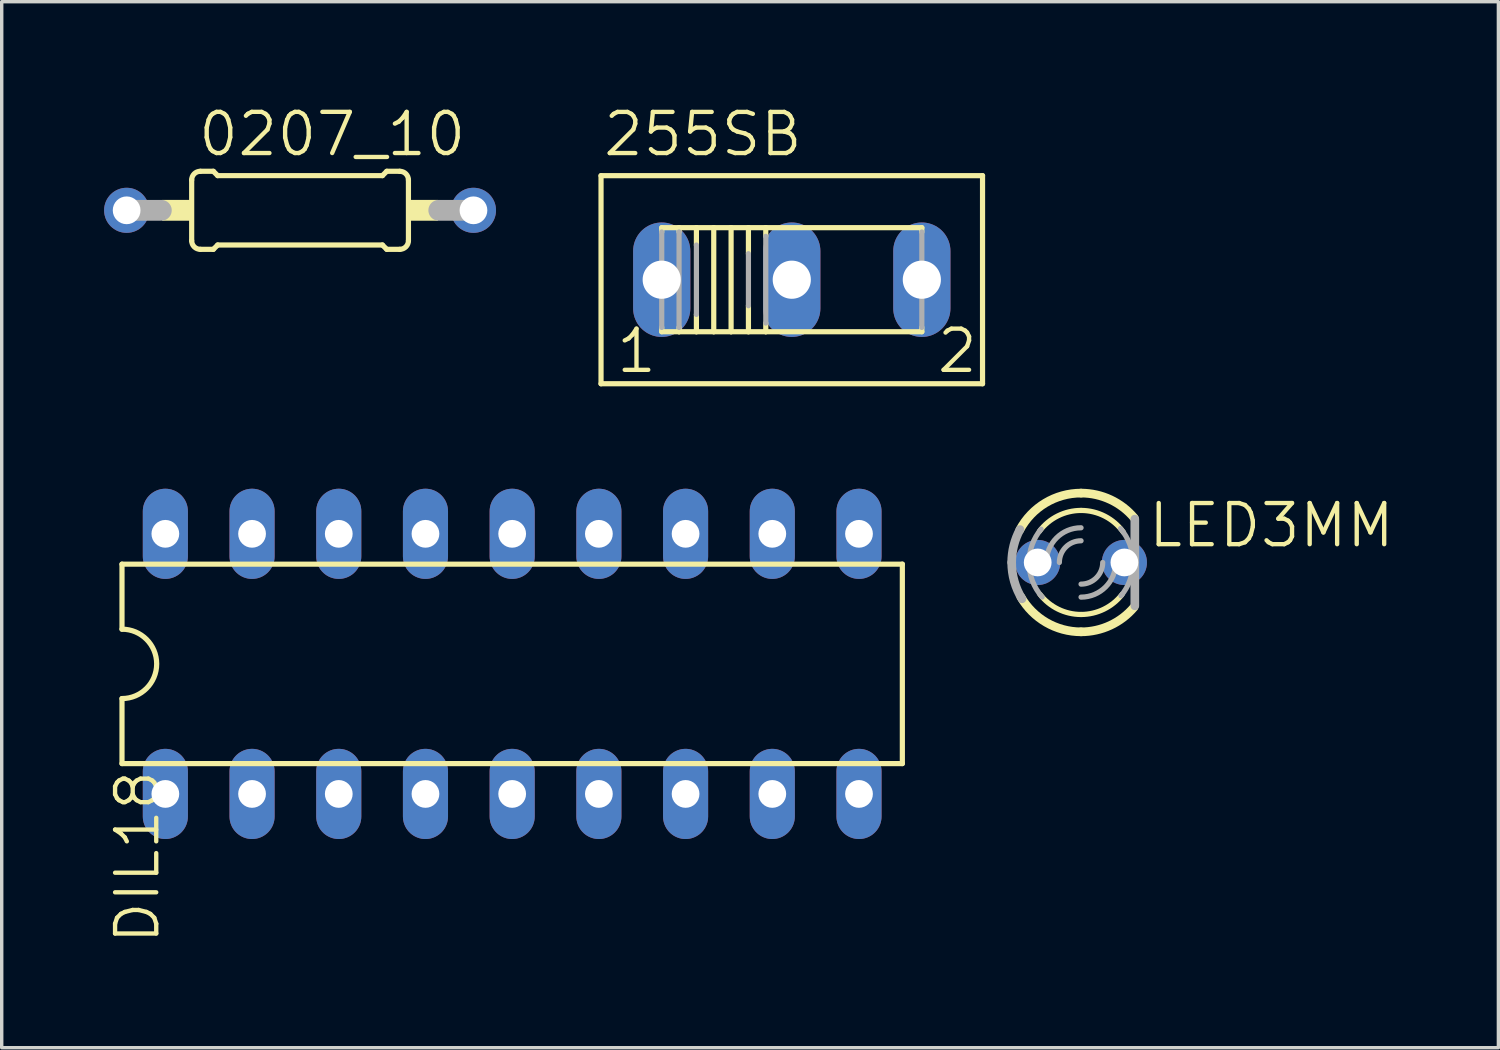
<source format=kicad_pcb>
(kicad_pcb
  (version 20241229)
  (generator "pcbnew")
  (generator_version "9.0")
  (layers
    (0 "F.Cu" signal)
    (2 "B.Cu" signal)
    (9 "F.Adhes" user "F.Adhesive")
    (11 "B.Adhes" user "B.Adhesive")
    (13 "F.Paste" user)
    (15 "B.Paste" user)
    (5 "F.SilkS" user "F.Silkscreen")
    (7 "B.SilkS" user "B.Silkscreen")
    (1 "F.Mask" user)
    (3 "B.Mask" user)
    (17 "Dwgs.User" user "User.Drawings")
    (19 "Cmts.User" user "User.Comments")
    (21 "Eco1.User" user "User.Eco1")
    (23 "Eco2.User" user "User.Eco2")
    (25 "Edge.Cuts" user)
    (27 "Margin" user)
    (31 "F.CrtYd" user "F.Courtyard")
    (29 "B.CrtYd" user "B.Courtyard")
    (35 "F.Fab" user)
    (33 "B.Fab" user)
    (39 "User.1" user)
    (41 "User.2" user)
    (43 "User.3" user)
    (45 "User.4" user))
  (footprint "DIL18"
    (layer "F.Cu")
    (at 11.954 16.398)
    (property "Reference" "DIL18" (at -11.684 3.048 90) (layer "F.SilkS") (effects (font (size 1.206 1.206) (thickness 0.127)) (justify right top)))
    (attr through_hole)
    (fp_line (start -11.43 -2.921) (end -11.43 -1.016) (stroke (width 0.152) (type solid)) (layer "F.SilkS"))
    (fp_line (start -11.43 2.921) (end -11.43 1.016) (stroke (width 0.152) (type solid)) (layer "F.SilkS"))
    (fp_line (start -11.43 2.921) (end 11.43 2.921) (stroke (width 0.152) (type solid)) (layer "F.SilkS"))
    (fp_line (start 11.43 -2.921) (end -11.43 -2.921) (stroke (width 0.152) (type solid)) (layer "F.SilkS"))
    (fp_line (start 11.43 -2.921) (end 11.43 2.921) (stroke (width 0.152) (type solid)) (layer "F.SilkS"))
    (fp_arc (start -11.43 -1.016) (mid -10.414 0) (end -11.43 1.016) (stroke (width 0.1524) (type solid)) (layer "F.SilkS"))
    (pad "1" thru_hole oval (at -10.16 3.81 90) (size 2.642 1.321) (drill 0.813) (layers "*.Cu" "*.Mask"))
    (pad "2" thru_hole oval (at -7.62 3.81 90) (size 2.642 1.321) (drill 0.813) (layers "*.Cu" "*.Mask"))
    (pad "3" thru_hole oval (at -5.08 3.81 90) (size 2.642 1.321) (drill 0.813) (layers "*.Cu" "*.Mask"))
    (pad "4" thru_hole oval (at -2.54 3.81 90) (size 2.642 1.321) (drill 0.813) (layers "*.Cu" "*.Mask"))
    (pad "5" thru_hole oval (at 0 3.81 90) (size 2.642 1.321) (drill 0.813) (layers "*.Cu" "*.Mask"))
    (pad "6" thru_hole oval (at 2.54 3.81 90) (size 2.642 1.321) (drill 0.813) (layers "*.Cu" "*.Mask"))
    (pad "7" thru_hole oval (at 5.08 3.81 90) (size 2.642 1.321) (drill 0.813) (layers "*.Cu" "*.Mask"))
    (pad "8" thru_hole oval (at 7.62 3.81 90) (size 2.642 1.321) (drill 0.813) (layers "*.Cu" "*.Mask"))
    (pad "9" thru_hole oval (at 10.16 3.81 90) (size 2.642 1.321) (drill 0.813) (layers "*.Cu" "*.Mask"))
    (pad "10" thru_hole oval (at 10.16 -3.81 90) (size 2.642 1.321) (drill 0.813) (layers "*.Cu" "*.Mask"))
    (pad "11" thru_hole oval (at 7.62 -3.81 90) (size 2.642 1.321) (drill 0.813) (layers "*.Cu" "*.Mask"))
    (pad "12" thru_hole oval (at 5.08 -3.81 90) (size 2.642 1.321) (drill 0.813) (layers "*.Cu" "*.Mask"))
    (pad "13" thru_hole oval (at 2.54 -3.81 90) (size 2.642 1.321) (drill 0.813) (layers "*.Cu" "*.Mask"))
    (pad "14" thru_hole oval (at 0 -3.81 90) (size 2.642 1.321) (drill 0.813) (layers "*.Cu" "*.Mask"))
    (pad "15" thru_hole oval (at -2.54 -3.81 90) (size 2.642 1.321) (drill 0.813) (layers "*.Cu" "*.Mask"))
    (pad "16" thru_hole oval (at -5.08 -3.81 90) (size 2.642 1.321) (drill 0.813) (layers "*.Cu" "*.Mask"))
    (pad "17" thru_hole oval (at -7.62 -3.81 90) (size 2.642 1.321) (drill 0.813) (layers "*.Cu" "*.Mask"))
    (pad "18" thru_hole oval (at -10.16 -3.81 90) (size 2.642 1.321) (drill 0.813) (layers "*.Cu" "*.Mask")))
  (footprint "0207_10"
    (layer "F.Cu")
    (at 5.74 3.111)
    (property "Reference" "0207_10" (at -3.048 -1.524 0) (layer "F.SilkS") (effects (font (size 1.206 1.206) (thickness 0.127)) (justify left bottom)))
    (attr through_hole)
    (fp_line (start -3.175 0.889) (end -3.175 -0.889) (stroke (width 0.152) (type solid)) (layer "F.SilkS"))
    (fp_line (start -2.921 -1.143) (end -2.54 -1.143) (stroke (width 0.152) (type solid)) (layer "F.SilkS"))
    (fp_line (start -2.921 1.143) (end -2.54 1.143) (stroke (width 0.152) (type solid)) (layer "F.SilkS"))
    (fp_line (start -2.413 -1.016) (end -2.54 -1.143) (stroke (width 0.152) (type solid)) (layer "F.SilkS"))
    (fp_line (start -2.413 1.016) (end -2.54 1.143) (stroke (width 0.152) (type solid)) (layer "F.SilkS"))
    (fp_line (start 2.413 -1.016) (end -2.413 -1.016) (stroke (width 0.152) (type solid)) (layer "F.SilkS"))
    (fp_line (start 2.413 -1.016) (end 2.54 -1.143) (stroke (width 0.152) (type solid)) (layer "F.SilkS"))
    (fp_line (start 2.413 1.016) (end -2.413 1.016) (stroke (width 0.152) (type solid)) (layer "F.SilkS"))
    (fp_line (start 2.413 1.016) (end 2.54 1.143) (stroke (width 0.152) (type solid)) (layer "F.SilkS"))
    (fp_line (start 2.921 -1.143) (end 2.54 -1.143) (stroke (width 0.152) (type solid)) (layer "F.SilkS"))
    (fp_line (start 2.921 1.143) (end 2.54 1.143) (stroke (width 0.152) (type solid)) (layer "F.SilkS"))
    (fp_line (start 3.175 0.889) (end 3.175 -0.889) (stroke (width 0.152) (type solid)) (layer "F.SilkS"))
    (fp_arc (start -3.175 -0.889) (mid -3.100605 -1.068605) (end -2.921 -1.143) (stroke (width 0.1524) (type solid)) (layer "F.SilkS"))
    (fp_arc (start -2.921 1.143) (mid -3.100605 1.068605) (end -3.175 0.889) (stroke (width 0.1524) (type solid)) (layer "F.SilkS"))
    (fp_arc (start 2.921 -1.143) (mid 3.100605 -1.068605) (end 3.175 -0.889) (stroke (width 0.1524) (type solid)) (layer "F.SilkS"))
    (fp_arc (start 3.175 0.889) (mid 3.100605 1.068605) (end 2.921 1.143) (stroke (width 0.1524) (type solid)) (layer "F.SilkS"))
    (fp_poly (pts (xy -4.039 0.305) (xy -3.175 0.305) (xy -3.175 -0.305) (xy -4.039 -0.305)) (stroke (width 0) (type solid)) (fill yes) (layer "F.SilkS"))
    (fp_poly (pts (xy 3.175 0.305) (xy 4.039 0.305) (xy 4.039 -0.305) (xy 3.175 -0.305)) (stroke (width 0) (type solid)) (fill yes) (layer "F.SilkS"))
    (fp_line (start -5.08 0) (end -4.064 0) (stroke (width 0.61) (type solid)) (layer "F.Fab"))
    (fp_line (start 5.08 0) (end 4.064 0) (stroke (width 0.61) (type solid)) (layer "F.Fab"))
    (pad "1" thru_hole circle (at -5.08 0) (size 1.321 1.321) (drill 0.813) (layers "*.Cu" "*.Mask"))
    (pad "2" thru_hole circle (at 5.08 0) (size 1.321 1.321) (drill 0.813) (layers "*.Cu" "*.Mask")))
  (footprint "255SB"
    (layer "F.Cu")
    (at 20.145 5.144)
    (property "Reference" "255SB" (at -5.588 -3.556 0) (layer "F.SilkS") (effects (font (size 1.206 1.206) (thickness 0.127)) (justify left bottom)))
    (attr through_hole)
    (fp_line (start -5.588 -3.048) (end -5.588 3.048) (stroke (width 0.152) (type solid)) (layer "F.SilkS"))
    (fp_line (start -5.588 -3.048) (end 5.588 -3.048) (stroke (width 0.152) (type solid)) (layer "F.SilkS"))
    (fp_line (start -3.81 -1.524) (end -3.81 -1.397) (stroke (width 0.152) (type solid)) (layer "F.SilkS"))
    (fp_line (start -3.81 -1.524) (end -3.302 -1.524) (stroke (width 0.152) (type solid)) (layer "F.SilkS"))
    (fp_line (start -3.81 1.397) (end -3.81 1.524) (stroke (width 0.152) (type solid)) (layer "F.SilkS"))
    (fp_line (start -3.302 -1.524) (end -3.302 -1.397) (stroke (width 0.152) (type solid)) (layer "F.SilkS"))
    (fp_line (start -3.302 -1.524) (end -2.794 -1.524) (stroke (width 0.152) (type solid)) (layer "F.SilkS"))
    (fp_line (start -3.302 1.397) (end -3.302 1.524) (stroke (width 0.152) (type solid)) (layer "F.SilkS"))
    (fp_line (start -3.302 1.524) (end -3.81 1.524) (stroke (width 0.152) (type solid)) (layer "F.SilkS"))
    (fp_line (start -2.794 -1.524) (end -2.794 -1.016) (stroke (width 0.152) (type solid)) (layer "F.SilkS"))
    (fp_line (start -2.794 -1.524) (end -2.286 -1.524) (stroke (width 0.152) (type solid)) (layer "F.SilkS"))
    (fp_line (start -2.794 1.016) (end -2.794 1.524) (stroke (width 0.152) (type solid)) (layer "F.SilkS"))
    (fp_line (start -2.794 1.524) (end -3.302 1.524) (stroke (width 0.152) (type solid)) (layer "F.SilkS"))
    (fp_line (start -2.286 -1.524) (end -2.286 1.524) (stroke (width 0.152) (type solid)) (layer "F.SilkS"))
    (fp_line (start -2.286 -1.524) (end -1.778 -1.524) (stroke (width 0.152) (type solid)) (layer "F.SilkS"))
    (fp_line (start -2.286 1.524) (end -2.794 1.524) (stroke (width 0.152) (type solid)) (layer "F.SilkS"))
    (fp_line (start -1.778 -1.524) (end -1.778 1.524) (stroke (width 0.152) (type solid)) (layer "F.SilkS"))
    (fp_line (start -1.778 -1.524) (end -1.27 -1.524) (stroke (width 0.152) (type solid)) (layer "F.SilkS"))
    (fp_line (start -1.778 1.524) (end -2.286 1.524) (stroke (width 0.152) (type solid)) (layer "F.SilkS"))
    (fp_line (start -1.27 -1.524) (end -1.27 -0.762) (stroke (width 0.152) (type solid)) (layer "F.SilkS"))
    (fp_line (start -1.27 -1.524) (end -0.762 -1.524) (stroke (width 0.152) (type solid)) (layer "F.SilkS"))
    (fp_line (start -1.27 1.524) (end -1.778 1.524) (stroke (width 0.152) (type solid)) (layer "F.SilkS"))
    (fp_line (start -1.27 1.524) (end -1.27 0.762) (stroke (width 0.152) (type solid)) (layer "F.SilkS"))
    (fp_line (start -0.762 -1.524) (end -0.762 -1.27) (stroke (width 0.152) (type solid)) (layer "F.SilkS"))
    (fp_line (start -0.762 -1.524) (end 3.81 -1.524) (stroke (width 0.152) (type solid)) (layer "F.SilkS"))
    (fp_line (start -0.762 1.27) (end -0.762 1.524) (stroke (width 0.152) (type solid)) (layer "F.SilkS"))
    (fp_line (start -0.762 1.524) (end -1.27 1.524) (stroke (width 0.152) (type solid)) (layer "F.SilkS"))
    (fp_line (start 3.81 -1.524) (end 3.81 -1.397) (stroke (width 0.152) (type solid)) (layer "F.SilkS"))
    (fp_line (start 3.81 1.524) (end -0.762 1.524) (stroke (width 0.152) (type solid)) (layer "F.SilkS"))
    (fp_line (start 3.81 1.524) (end 3.81 1.397) (stroke (width 0.152) (type solid)) (layer "F.SilkS"))
    (fp_line (start 5.588 3.048) (end -5.588 3.048) (stroke (width 0.152) (type solid)) (layer "F.SilkS"))
    (fp_line (start 5.588 3.048) (end 5.588 -3.048) (stroke (width 0.152) (type solid)) (layer "F.SilkS"))
    (fp_line (start -3.81 -1.397) (end -3.81 1.397) (stroke (width 0.152) (type solid)) (layer "F.Fab"))
    (fp_line (start -3.302 -1.397) (end -3.302 1.397) (stroke (width 0.152) (type solid)) (layer "F.Fab"))
    (fp_line (start -2.794 -1.016) (end -2.794 1.016) (stroke (width 0.152) (type solid)) (layer "F.Fab"))
    (fp_line (start -1.27 -0.762) (end -1.27 0.762) (stroke (width 0.152) (type solid)) (layer "F.Fab"))
    (fp_line (start -0.762 -1.27) (end -0.762 1.27) (stroke (width 0.152) (type solid)) (layer "F.Fab"))
    (fp_line (start 3.81 1.397) (end 3.81 -1.397) (stroke (width 0.152) (type solid)) (layer "F.Fab"))
    (fp_text user "1" (at -5.207 2.794 0) (layer "F.SilkS") (effects (font (size 1.206 1.206) (thickness 0.127)) (justify left bottom)))
    (fp_text user "2" (at 4.191 2.794 0) (layer "F.SilkS") (effects (font (size 1.206 1.206) (thickness 0.127)) (justify left bottom)))
    (pad "1" thru_hole oval (at -3.81 0 90) (size 3.353 1.676) (drill 1.118) (layers "*.Cu" "*.Mask"))
    (pad "2" thru_hole oval (at 0 0 90) (size 3.353 1.676) (drill 1.118) (layers "*.Cu" "*.Mask"))
    (pad "3" thru_hole oval (at 3.81 0 90) (size 3.353 1.676) (drill 1.118) (layers "*.Cu" "*.Mask")))
  (footprint "LED3MM"
    (layer "F.Cu")
    (at 28.619 13.427)
    (property "Reference" "LED3MM" (at 1.905 -0.381 0) (layer "F.SilkS") (effects (font (size 1.206 1.206) (thickness 0.127)) (justify left bottom)))
    (attr through_hole)
    (fp_arc (start -1.7929 -0.9562) (mid -1.045438 -1.7424) (end 0 -2.032) (stroke (width 0.254) (type solid)) (layer "F.SilkS"))
    (fp_arc (start -1.2192 -0.9144) (mid -0.681554 -1.363107) (end 0 -1.524) (stroke (width 0.1524) (type solid)) (layer "F.SilkS"))
    (fp_arc (start 0 -2.032) (mid 0.861864 -1.840173) (end 1.561 -1.3009) (stroke (width 0.254) (type solid)) (layer "F.SilkS"))
    (fp_arc (start 0 -1.524) (mid 0.697339 -1.355082) (end 1.2401 -0.885801) (stroke (width 0.1524) (type solid)) (layer "F.SilkS"))
    (fp_arc (start 0 1.524) (mid -0.669593 1.369018) (end -1.203 0.9356) (stroke (width 0.1524) (type solid)) (layer "F.SilkS"))
    (fp_arc (start 0 2.032) (mid -1.019924 1.757525) (end -1.7643 1.0082) (stroke (width 0.254) (type solid)) (layer "F.SilkS"))
    (fp_arc (start 1.203 0.9356) (mid 0.669593 1.369018) (end 0 1.524) (stroke (width 0.1524) (type solid)) (layer "F.SilkS"))
    (fp_arc (start 1.5512 1.3126) (mid 0.854953 1.843405) (end 0 2.032) (stroke (width 0.254) (type solid)) (layer "F.SilkS"))
    (fp_line (start 1.575 1.27) (end 1.575 -1.27) (stroke (width 0.254) (type solid)) (layer "F.Fab"))
    (fp_arc (start -2.032 0) (mid -1.970339 -0.496775) (end -1.7891 -0.9634) (stroke (width 0.254) (type solid)) (layer "F.Fab"))
    (fp_arc (start -1.7306 1.065) (mid -1.95521 0.553417) (end -2.032 0) (stroke (width 0.254) (type solid)) (layer "F.Fab"))
    (fp_arc (start -1.524 0) (mid -1.432981 -0.518783) (end -1.1708 -0.9756) (stroke (width 0.1524) (type solid)) (layer "F.Fab"))
    (fp_arc (start -1.1391 1.0125) (mid -1.42454 0.5416) (end -1.524 0) (stroke (width 0.1524) (type solid)) (layer "F.Fab"))
    (fp_arc (start -1.016 0) (mid -0.71842 -0.71842) (end 0 -1.016) (stroke (width 0.1524) (type solid)) (layer "F.Fab"))
    (fp_arc (start -0.635 0) (mid -0.449013 -0.449013) (end 0 -0.635) (stroke (width 0.1524) (type solid)) (layer "F.Fab"))
    (fp_arc (start 0.635 0) (mid 0.449013 0.449013) (end 0 0.635) (stroke (width 0.1524) (type solid)) (layer "F.Fab"))
    (fp_arc (start 1.016 0) (mid 0.71842 0.71842) (end 0 1.016) (stroke (width 0.1524) (type solid)) (layer "F.Fab"))
    (fp_arc (start 1.1571 -0.9918) (mid 1.429332 -0.528744) (end 1.524 0) (stroke (width 0.1524) (type solid)) (layer "F.Fab"))
    (fp_arc (start 1.524 0) (mid 1.432981 0.518783) (end 1.1708 0.9756) (stroke (width 0.1524) (type solid)) (layer "F.Fab"))
    (pad "A" thru_hole circle (at -1.27 0) (size 1.321 1.321) (drill 0.813) (layers "*.Cu" "*.Mask"))
    (pad "K" thru_hole circle (at 1.27 0) (size 1.321 1.321) (drill 0.813) (layers "*.Cu" "*.Mask")))
  (gr_rect
    (start -3 -3)
    (end 40.845 27.642)
    (stroke (width 0.1) (type default))
    (fill no)
    (layer "Edge.Cuts")))
</source>
